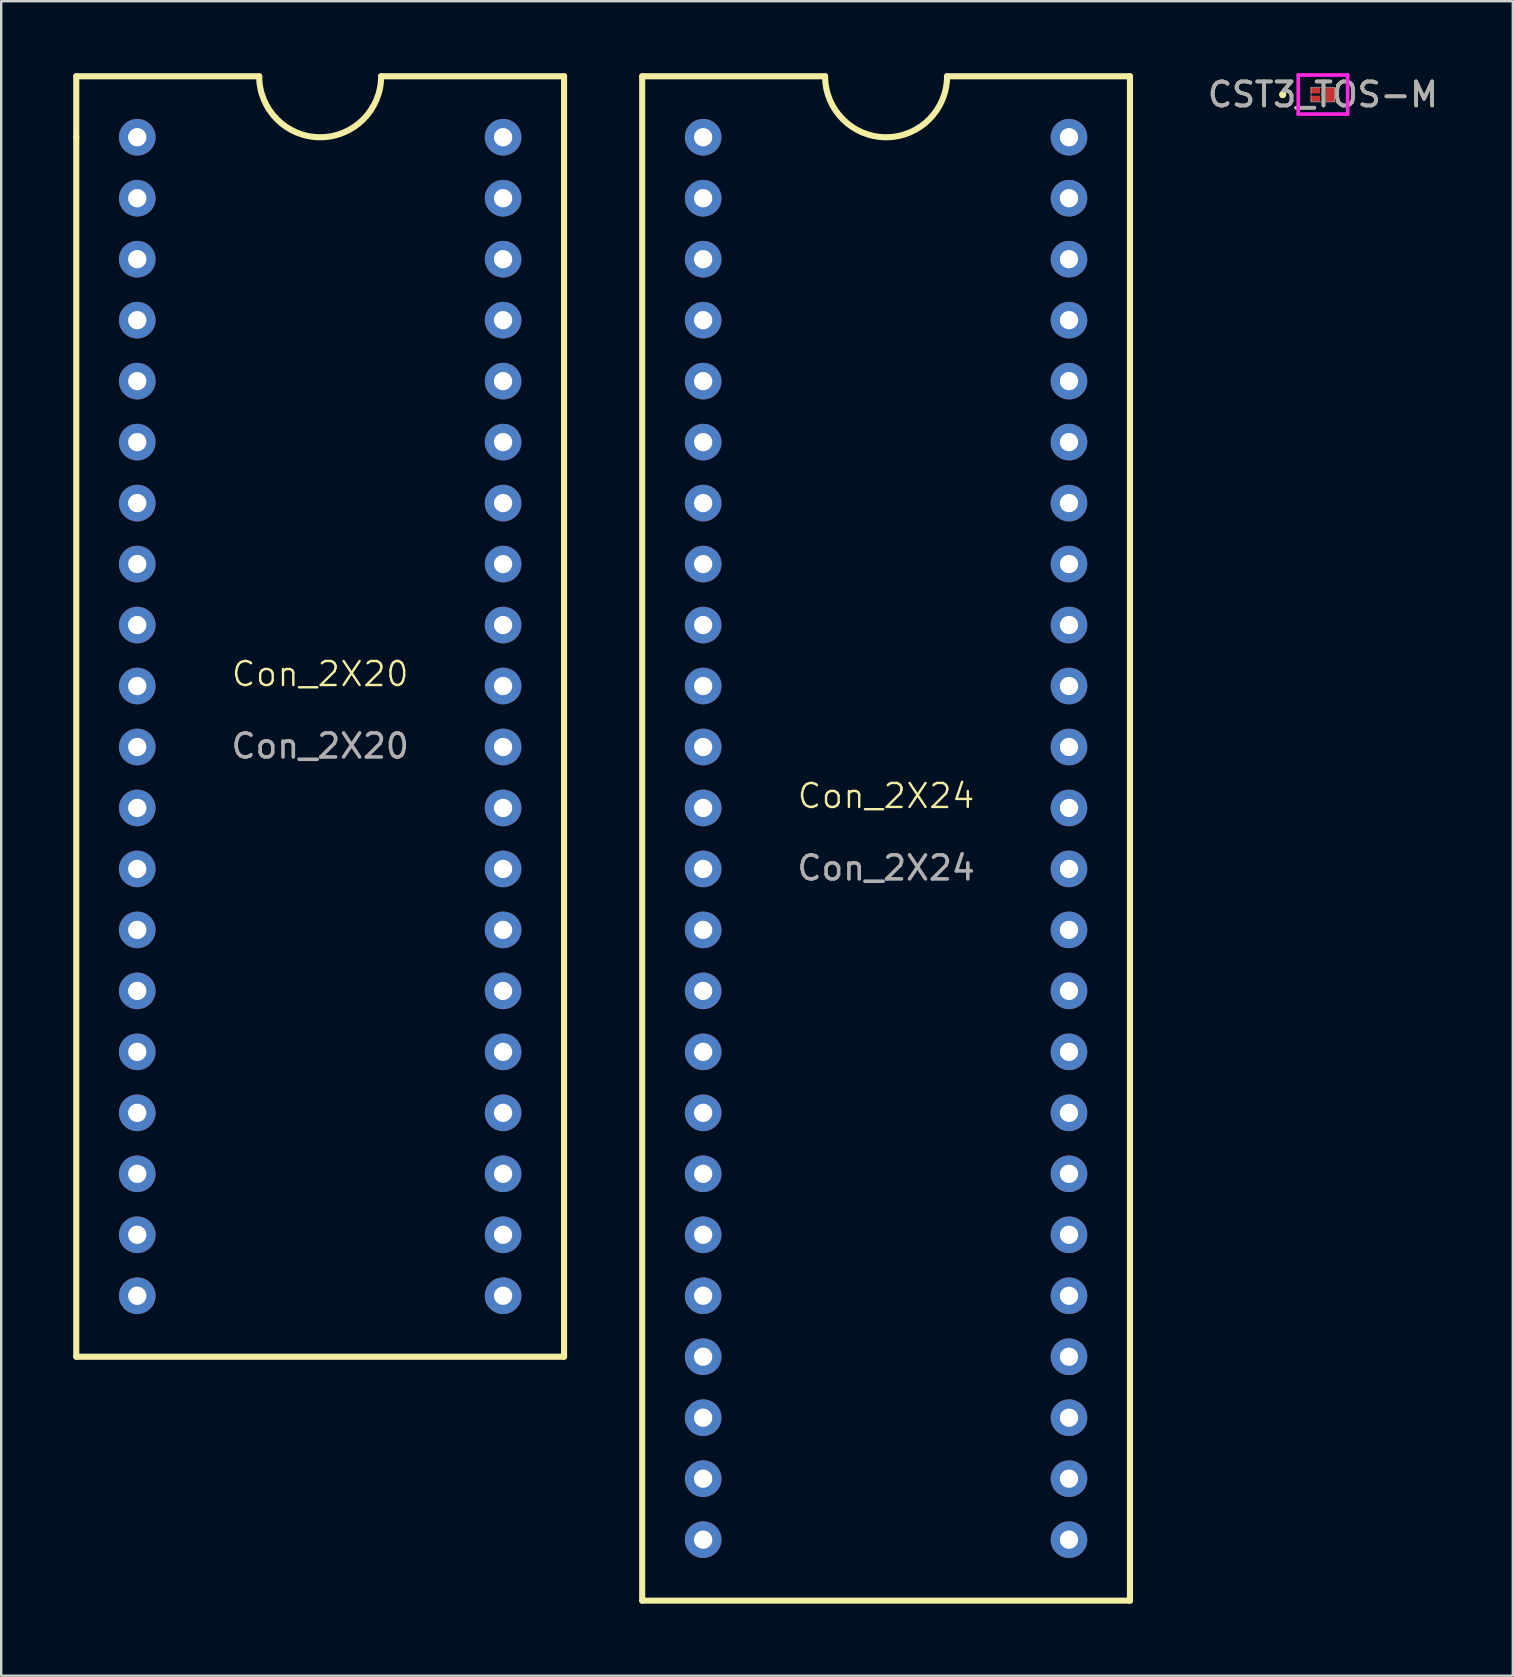
<source format=kicad_pcb>
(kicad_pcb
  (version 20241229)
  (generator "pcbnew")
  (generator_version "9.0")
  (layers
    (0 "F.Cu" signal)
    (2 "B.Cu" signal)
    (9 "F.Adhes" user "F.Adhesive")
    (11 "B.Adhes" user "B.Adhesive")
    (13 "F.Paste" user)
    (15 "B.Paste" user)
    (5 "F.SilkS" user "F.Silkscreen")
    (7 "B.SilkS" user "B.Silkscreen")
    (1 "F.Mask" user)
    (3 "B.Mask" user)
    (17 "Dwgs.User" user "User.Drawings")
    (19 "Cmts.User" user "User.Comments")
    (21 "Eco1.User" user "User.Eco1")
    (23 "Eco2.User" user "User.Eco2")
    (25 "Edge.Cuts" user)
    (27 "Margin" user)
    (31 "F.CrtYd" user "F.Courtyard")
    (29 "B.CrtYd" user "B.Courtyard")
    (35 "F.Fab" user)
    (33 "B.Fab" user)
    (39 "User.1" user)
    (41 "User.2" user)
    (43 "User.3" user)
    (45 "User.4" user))
  (footprint "CST3_TOS-M"
    (layer "F.Cu")
    (at 52.059 0.889)
    (property "Reference" "CST3_TOS-M" (at 0 0 0) (unlocked yes) (layer "F.SilkS") (effects (font (size 1 1) (thickness 0.15))))
    (attr smd)
    (fp_circle (center -1.676 0) (end -1.6 0) (stroke (width 0.152) (type solid)) (fill no) (layer "F.SilkS"))
    (fp_line (start -1.029 -0.813) (end -1.003 -0.813) (stroke (width 0.152) (type solid)) (layer "F.CrtYd"))
    (fp_line (start -1.029 0.813) (end -1.029 -0.813) (stroke (width 0.152) (type solid)) (layer "F.CrtYd"))
    (fp_line (start -1.029 0.813) (end -1.003 0.813) (stroke (width 0.152) (type solid)) (layer "F.CrtYd"))
    (fp_line (start -1.003 -0.813) (end -1.003 -0.813) (stroke (width 0.152) (type solid)) (layer "F.CrtYd"))
    (fp_line (start -1.003 -0.813) (end 1.003 -0.813) (stroke (width 0.152) (type solid)) (layer "F.CrtYd"))
    (fp_line (start -1.003 0.813) (end -1.003 0.813) (stroke (width 0.152) (type solid)) (layer "F.CrtYd"))
    (fp_line (start 1.003 -0.813) (end 1.003 -0.813) (stroke (width 0.152) (type solid)) (layer "F.CrtYd"))
    (fp_line (start 1.003 0.813) (end -1.003 0.813) (stroke (width 0.152) (type solid)) (layer "F.CrtYd"))
    (fp_line (start 1.003 0.813) (end 1.003 0.813) (stroke (width 0.152) (type solid)) (layer "F.CrtYd"))
    (fp_line (start 1.029 -0.813) (end 1.003 -0.813) (stroke (width 0.152) (type solid)) (layer "F.CrtYd"))
    (fp_line (start 1.029 -0.813) (end 1.029 0.813) (stroke (width 0.152) (type solid)) (layer "F.CrtYd"))
    (fp_line (start 1.029 0.813) (end 1.003 0.813) (stroke (width 0.152) (type solid)) (layer "F.CrtYd"))
    (fp_line (start -0.495 -0.305) (end -0.495 0.305) (stroke (width 0.025) (type solid)) (layer "F.Fab"))
    (fp_line (start -0.495 0.305) (end 0.495 0.305) (stroke (width 0.025) (type solid)) (layer "F.Fab"))
    (fp_line (start 0.495 -0.305) (end -0.495 -0.305) (stroke (width 0.025) (type solid)) (layer "F.Fab"))
    (fp_line (start 0.495 0.305) (end 0.495 -0.305) (stroke (width 0.025) (type solid)) (layer "F.Fab"))
    (fp_circle (center 0 0) (end 0.076 0) (stroke (width 0.025) (type solid)) (fill no) (layer "F.Fab"))
    (fp_text user "${REFERENCE}" (at 0 0 0) (unlocked yes) (layer "F.Fab") (effects (font (size 1 1) (thickness 0.15))))
    (pad "1" smd rect (at -0.318 -0.175) (size 0.406 0.254) (layers "F.Cu" "F.Mask" "F.Paste"))
    (pad "2" smd rect (at -0.318 0.175) (size 0.406 0.254) (layers "F.Cu" "F.Mask" "F.Paste"))
    (pad "3" smd rect (at 0.318 0) (size 0.406 0.61) (layers "F.Cu" "F.Mask" "F.Paste")))
  (footprint "Con_2X20"
    (layer "F.Cu")
    (at 10.287 25.527)
    (property "Reference" "Con_2X20" (at 0 -0.5 0) (unlocked yes) (layer "F.SilkS") (effects (font (size 1 1) (thickness 0.1))))
    (attr through_hole)
    (fp_line (start -10.16 -25.4) (end -2.54 -25.4) (stroke (width 0.254) (type default)) (layer "F.SilkS"))
    (fp_line (start -10.16 -22.86) (end -10.16 -25.4) (stroke (width 0.254) (type default)) (layer "F.SilkS"))
    (fp_line (start -10.16 -22.86) (end -10.16 27.94) (stroke (width 0.254) (type default)) (layer "F.SilkS"))
    (fp_line (start -10.16 27.94) (end 10.16 27.94) (stroke (width 0.254) (type default)) (layer "F.SilkS"))
    (fp_line (start 10.16 -25.4) (end 2.54 -25.4) (stroke (width 0.254) (type default)) (layer "F.SilkS"))
    (fp_line (start 10.16 27.94) (end 10.16 -25.4) (stroke (width 0.254) (type default)) (layer "F.SilkS"))
    (fp_arc (start 2.54 -25.4) (mid 0 -22.86) (end -2.54 -25.4) (stroke (width 0.254) (type default)) (layer "F.SilkS"))
    (fp_text user "${REFERENCE}" (at 0 2.5 0) (unlocked yes) (layer "F.Fab") (effects (font (size 1 1) (thickness 0.15))))
    (pad "1" thru_hole circle (at -7.62 -22.86) (size 1.524 1.524) (drill 0.762) (layers "*.Cu" "*.Mask"))
    (pad "2" thru_hole circle (at -7.62 -20.32) (size 1.524 1.524) (drill 0.762) (layers "*.Cu" "*.Mask"))
    (pad "3" thru_hole circle (at -7.62 -17.78) (size 1.524 1.524) (drill 0.762) (layers "*.Cu" "*.Mask"))
    (pad "4" thru_hole circle (at -7.62 -15.24) (size 1.524 1.524) (drill 0.762) (layers "*.Cu" "*.Mask"))
    (pad "5" thru_hole circle (at -7.62 -12.7) (size 1.524 1.524) (drill 0.762) (layers "*.Cu" "*.Mask"))
    (pad "6" thru_hole circle (at -7.62 -10.16) (size 1.524 1.524) (drill 0.762) (layers "*.Cu" "*.Mask"))
    (pad "7" thru_hole circle (at -7.62 -7.62) (size 1.524 1.524) (drill 0.762) (layers "*.Cu" "*.Mask"))
    (pad "8" thru_hole circle (at -7.62 -5.08) (size 1.524 1.524) (drill 0.762) (layers "*.Cu" "*.Mask"))
    (pad "9" thru_hole circle (at -7.62 -2.54) (size 1.524 1.524) (drill 0.762) (layers "*.Cu" "*.Mask"))
    (pad "10" thru_hole circle (at -7.62 0) (size 1.524 1.524) (drill 0.762) (layers "*.Cu" "*.Mask"))
    (pad "11" thru_hole circle (at -7.62 2.54) (size 1.524 1.524) (drill 0.762) (layers "*.Cu" "*.Mask"))
    (pad "12" thru_hole circle (at -7.62 5.08) (size 1.524 1.524) (drill 0.762) (layers "*.Cu" "*.Mask"))
    (pad "13" thru_hole circle (at -7.62 7.62) (size 1.524 1.524) (drill 0.762) (layers "*.Cu" "*.Mask"))
    (pad "14" thru_hole circle (at -7.62 10.16) (size 1.524 1.524) (drill 0.762) (layers "*.Cu" "*.Mask"))
    (pad "15" thru_hole circle (at -7.62 12.7) (size 1.524 1.524) (drill 0.762) (layers "*.Cu" "*.Mask"))
    (pad "16" thru_hole circle (at -7.62 15.24) (size 1.524 1.524) (drill 0.762) (layers "*.Cu" "*.Mask"))
    (pad "17" thru_hole circle (at -7.62 17.78) (size 1.524 1.524) (drill 0.762) (layers "*.Cu" "*.Mask"))
    (pad "18" thru_hole circle (at -7.62 20.32) (size 1.524 1.524) (drill 0.762) (layers "*.Cu" "*.Mask"))
    (pad "19" thru_hole circle (at -7.62 22.86) (size 1.524 1.524) (drill 0.762) (layers "*.Cu" "*.Mask"))
    (pad "20" thru_hole circle (at -7.62 25.4) (size 1.524 1.524) (drill 0.762) (layers "*.Cu" "*.Mask"))
    (pad "21" thru_hole circle (at 7.62 25.4) (size 1.524 1.524) (drill 0.762) (layers "*.Cu" "*.Mask"))
    (pad "22" thru_hole circle (at 7.62 22.86) (size 1.524 1.524) (drill 0.762) (layers "*.Cu" "*.Mask"))
    (pad "23" thru_hole circle (at 7.62 20.32) (size 1.524 1.524) (drill 0.762) (layers "*.Cu" "*.Mask"))
    (pad "24" thru_hole circle (at 7.62 17.78) (size 1.524 1.524) (drill 0.762) (layers "*.Cu" "*.Mask"))
    (pad "25" thru_hole circle (at 7.62 15.24) (size 1.524 1.524) (drill 0.762) (layers "*.Cu" "*.Mask"))
    (pad "26" thru_hole circle (at 7.62 12.7) (size 1.524 1.524) (drill 0.762) (layers "*.Cu" "*.Mask"))
    (pad "27" thru_hole circle (at 7.62 10.16) (size 1.524 1.524) (drill 0.762) (layers "*.Cu" "*.Mask"))
    (pad "28" thru_hole circle (at 7.62 7.62) (size 1.524 1.524) (drill 0.762) (layers "*.Cu" "*.Mask"))
    (pad "29" thru_hole circle (at 7.62 5.08) (size 1.524 1.524) (drill 0.762) (layers "*.Cu" "*.Mask"))
    (pad "30" thru_hole circle (at 7.62 2.54) (size 1.524 1.524) (drill 0.762) (layers "*.Cu" "*.Mask"))
    (pad "31" thru_hole circle (at 7.62 0) (size 1.524 1.524) (drill 0.762) (layers "*.Cu" "*.Mask"))
    (pad "32" thru_hole circle (at 7.62 -2.54) (size 1.524 1.524) (drill 0.762) (layers "*.Cu" "*.Mask"))
    (pad "33" thru_hole circle (at 7.62 -5.08) (size 1.524 1.524) (drill 0.762) (layers "*.Cu" "*.Mask"))
    (pad "34" thru_hole circle (at 7.62 -7.62) (size 1.524 1.524) (drill 0.762) (layers "*.Cu" "*.Mask"))
    (pad "35" thru_hole circle (at 7.62 -10.16) (size 1.524 1.524) (drill 0.762) (layers "*.Cu" "*.Mask"))
    (pad "36" thru_hole circle (at 7.62 -12.7) (size 1.524 1.524) (drill 0.762) (layers "*.Cu" "*.Mask"))
    (pad "37" thru_hole circle (at 7.62 -15.24) (size 1.524 1.524) (drill 0.762) (layers "*.Cu" "*.Mask"))
    (pad "38" thru_hole circle (at 7.62 -17.78) (size 1.524 1.524) (drill 0.762) (layers "*.Cu" "*.Mask"))
    (pad "39" thru_hole circle (at 7.62 -20.32) (size 1.524 1.524) (drill 0.762) (layers "*.Cu" "*.Mask"))
    (pad "40" thru_hole circle (at 7.62 -22.86) (size 1.524 1.524) (drill 0.762) (layers "*.Cu" "*.Mask")))
  (footprint "Con_2X24"
    (layer "F.Cu")
    (at 33.861 30.607)
    (property "Reference" "Con_2X24" (at 0 -0.5 0) (unlocked yes) (layer "F.SilkS") (effects (font (size 1 1) (thickness 0.1))))
    (attr through_hole)
    (fp_line (start -10.16 -30.48) (end -10.16 33.02) (stroke (width 0.254) (type default)) (layer "F.SilkS"))
    (fp_line (start -10.16 -30.48) (end -2.54 -30.48) (stroke (width 0.254) (type default)) (layer "F.SilkS"))
    (fp_line (start -10.16 33.02) (end 10.16 33.02) (stroke (width 0.254) (type default)) (layer "F.SilkS"))
    (fp_line (start 10.16 -30.48) (end 2.54 -30.48) (stroke (width 0.254) (type default)) (layer "F.SilkS"))
    (fp_line (start 10.16 33.02) (end 10.16 -30.48) (stroke (width 0.254) (type default)) (layer "F.SilkS"))
    (fp_arc (start 2.54 -30.48) (mid 0 -27.94) (end -2.54 -30.48) (stroke (width 0.254) (type default)) (layer "F.SilkS"))
    (fp_text user "${REFERENCE}" (at 0 2.5 0) (unlocked yes) (layer "F.Fab") (effects (font (size 1 1) (thickness 0.15))))
    (pad "1" thru_hole circle (at -7.62 -27.94) (size 1.524 1.524) (drill 0.762) (layers "*.Cu" "*.Mask"))
    (pad "2" thru_hole circle (at -7.62 -25.4) (size 1.524 1.524) (drill 0.762) (layers "*.Cu" "*.Mask"))
    (pad "3" thru_hole circle (at -7.62 -22.86) (size 1.524 1.524) (drill 0.762) (layers "*.Cu" "*.Mask"))
    (pad "4" thru_hole circle (at -7.62 -20.32) (size 1.524 1.524) (drill 0.762) (layers "*.Cu" "*.Mask"))
    (pad "5" thru_hole circle (at -7.62 -17.78) (size 1.524 1.524) (drill 0.762) (layers "*.Cu" "*.Mask"))
    (pad "6" thru_hole circle (at -7.62 -15.24) (size 1.524 1.524) (drill 0.762) (layers "*.Cu" "*.Mask"))
    (pad "7" thru_hole circle (at -7.62 -12.7) (size 1.524 1.524) (drill 0.762) (layers "*.Cu" "*.Mask"))
    (pad "8" thru_hole circle (at -7.62 -10.16) (size 1.524 1.524) (drill 0.762) (layers "*.Cu" "*.Mask"))
    (pad "9" thru_hole circle (at -7.62 -7.62) (size 1.524 1.524) (drill 0.762) (layers "*.Cu" "*.Mask"))
    (pad "10" thru_hole circle (at -7.62 -5.08) (size 1.524 1.524) (drill 0.762) (layers "*.Cu" "*.Mask"))
    (pad "11" thru_hole circle (at -7.62 -2.54) (size 1.524 1.524) (drill 0.762) (layers "*.Cu" "*.Mask"))
    (pad "12" thru_hole circle (at -7.62 0) (size 1.524 1.524) (drill 0.762) (layers "*.Cu" "*.Mask"))
    (pad "13" thru_hole circle (at -7.62 2.54) (size 1.524 1.524) (drill 0.762) (layers "*.Cu" "*.Mask"))
    (pad "14" thru_hole circle (at -7.62 5.08) (size 1.524 1.524) (drill 0.762) (layers "*.Cu" "*.Mask"))
    (pad "15" thru_hole circle (at -7.62 7.62) (size 1.524 1.524) (drill 0.762) (layers "*.Cu" "*.Mask"))
    (pad "16" thru_hole circle (at -7.62 10.16) (size 1.524 1.524) (drill 0.762) (layers "*.Cu" "*.Mask"))
    (pad "17" thru_hole circle (at -7.62 12.7) (size 1.524 1.524) (drill 0.762) (layers "*.Cu" "*.Mask"))
    (pad "18" thru_hole circle (at -7.62 15.24) (size 1.524 1.524) (drill 0.762) (layers "*.Cu" "*.Mask"))
    (pad "19" thru_hole circle (at -7.62 17.78) (size 1.524 1.524) (drill 0.762) (layers "*.Cu" "*.Mask"))
    (pad "20" thru_hole circle (at -7.62 20.32) (size 1.524 1.524) (drill 0.762) (layers "*.Cu" "*.Mask"))
    (pad "21" thru_hole circle (at -7.62 22.86) (size 1.524 1.524) (drill 0.762) (layers "*.Cu" "*.Mask"))
    (pad "22" thru_hole circle (at -7.62 25.4) (size 1.524 1.524) (drill 0.762) (layers "*.Cu" "*.Mask"))
    (pad "23" thru_hole circle (at -7.62 27.94) (size 1.524 1.524) (drill 0.762) (layers "*.Cu" "*.Mask"))
    (pad "24" thru_hole circle (at -7.62 30.48) (size 1.524 1.524) (drill 0.762) (layers "*.Cu" "*.Mask"))
    (pad "25" thru_hole circle (at 7.62 30.48) (size 1.524 1.524) (drill 0.762) (layers "*.Cu" "*.Mask"))
    (pad "26" thru_hole circle (at 7.62 27.94) (size 1.524 1.524) (drill 0.762) (layers "*.Cu" "*.Mask"))
    (pad "27" thru_hole circle (at 7.62 25.4) (size 1.524 1.524) (drill 0.762) (layers "*.Cu" "*.Mask"))
    (pad "28" thru_hole circle (at 7.62 22.86) (size 1.524 1.524) (drill 0.762) (layers "*.Cu" "*.Mask"))
    (pad "29" thru_hole circle (at 7.62 20.32) (size 1.524 1.524) (drill 0.762) (layers "*.Cu" "*.Mask"))
    (pad "30" thru_hole circle (at 7.62 17.78) (size 1.524 1.524) (drill 0.762) (layers "*.Cu" "*.Mask"))
    (pad "31" thru_hole circle (at 7.62 15.24) (size 1.524 1.524) (drill 0.762) (layers "*.Cu" "*.Mask"))
    (pad "32" thru_hole circle (at 7.62 12.7) (size 1.524 1.524) (drill 0.762) (layers "*.Cu" "*.Mask"))
    (pad "33" thru_hole circle (at 7.62 10.16) (size 1.524 1.524) (drill 0.762) (layers "*.Cu" "*.Mask"))
    (pad "34" thru_hole circle (at 7.62 7.62) (size 1.524 1.524) (drill 0.762) (layers "*.Cu" "*.Mask"))
    (pad "35" thru_hole circle (at 7.62 5.08) (size 1.524 1.524) (drill 0.762) (layers "*.Cu" "*.Mask"))
    (pad "36" thru_hole circle (at 7.62 2.54) (size 1.524 1.524) (drill 0.762) (layers "*.Cu" "*.Mask"))
    (pad "37" thru_hole circle (at 7.62 0) (size 1.524 1.524) (drill 0.762) (layers "*.Cu" "*.Mask"))
    (pad "38" thru_hole circle (at 7.62 -2.54) (size 1.524 1.524) (drill 0.762) (layers "*.Cu" "*.Mask"))
    (pad "39" thru_hole circle (at 7.62 -5.08) (size 1.524 1.524) (drill 0.762) (layers "*.Cu" "*.Mask"))
    (pad "40" thru_hole circle (at 7.62 -7.62) (size 1.524 1.524) (drill 0.762) (layers "*.Cu" "*.Mask"))
    (pad "41" thru_hole circle (at 7.62 -10.16) (size 1.524 1.524) (drill 0.762) (layers "*.Cu" "*.Mask"))
    (pad "42" thru_hole circle (at 7.62 -12.7) (size 1.524 1.524) (drill 0.762) (layers "*.Cu" "*.Mask"))
    (pad "43" thru_hole circle (at 7.62 -15.24) (size 1.524 1.524) (drill 0.762) (layers "*.Cu" "*.Mask"))
    (pad "44" thru_hole circle (at 7.62 -17.78) (size 1.524 1.524) (drill 0.762) (layers "*.Cu" "*.Mask"))
    (pad "45" thru_hole circle (at 7.62 -20.32) (size 1.524 1.524) (drill 0.762) (layers "*.Cu" "*.Mask"))
    (pad "46" thru_hole circle (at 7.62 -22.86) (size 1.524 1.524) (drill 0.762) (layers "*.Cu" "*.Mask"))
    (pad "47" thru_hole circle (at 7.62 -25.4) (size 1.524 1.524) (drill 0.762) (layers "*.Cu" "*.Mask"))
    (pad "48" thru_hole circle (at 7.62 -27.94) (size 1.524 1.524) (drill 0.762) (layers "*.Cu" "*.Mask")))
  (gr_rect
    (start -3 -3)
    (end 59.969 66.754)
    (stroke (width 0.1) (type default))
    (fill no)
    (layer "Edge.Cuts")))
</source>
